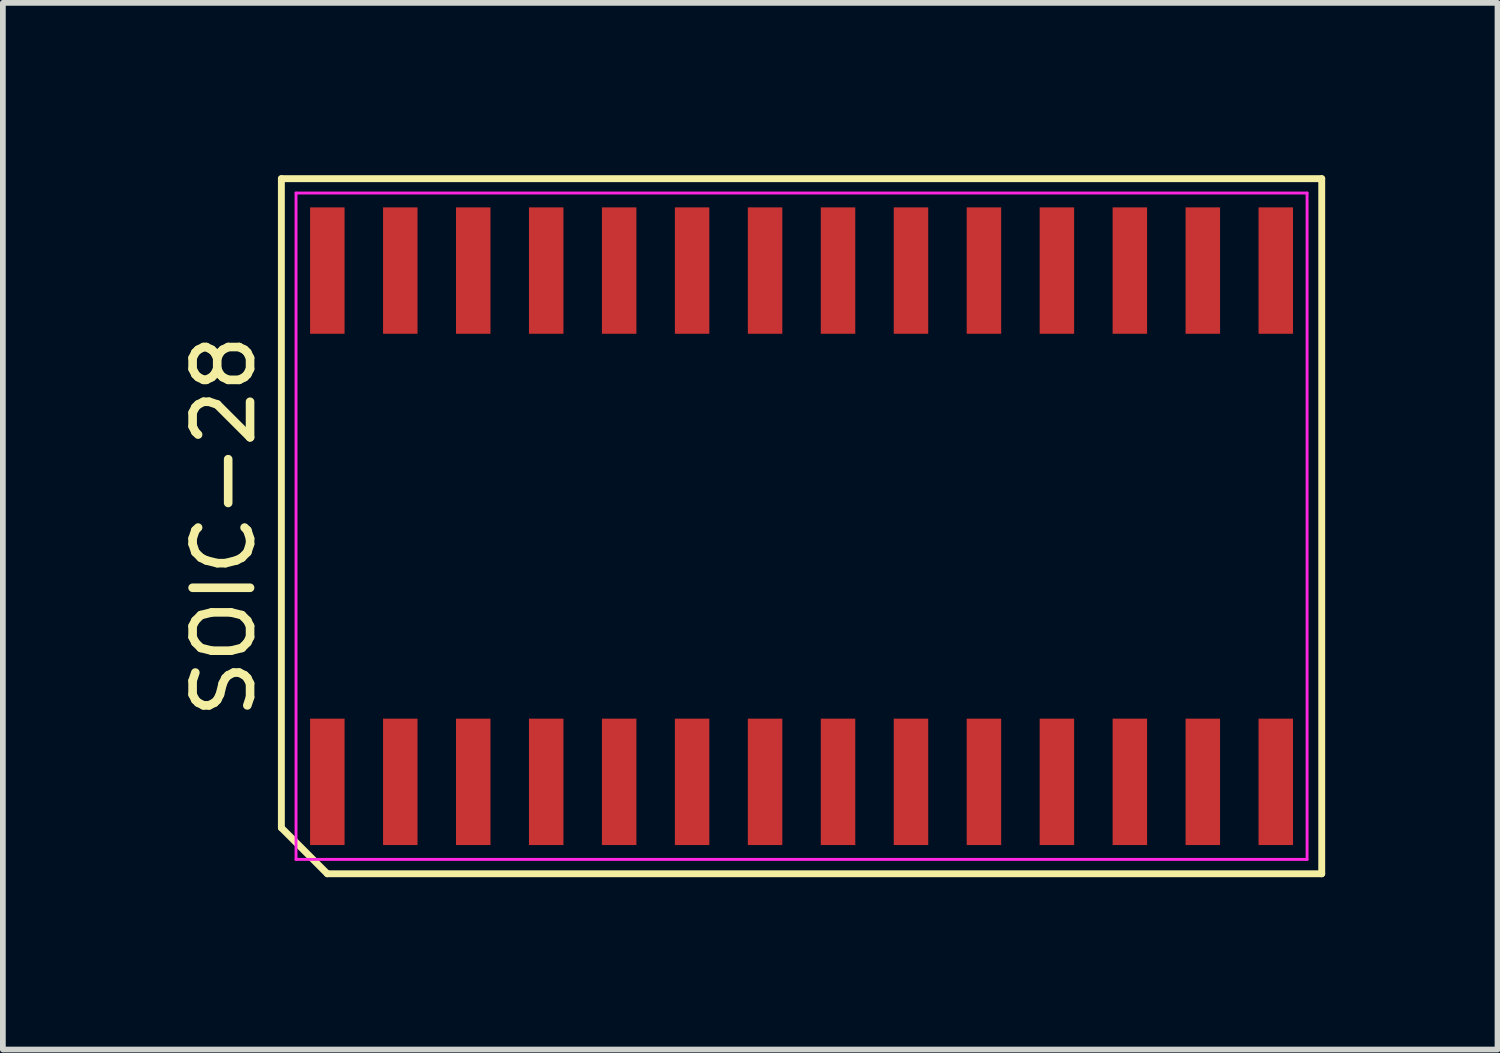
<source format=kicad_pcb>
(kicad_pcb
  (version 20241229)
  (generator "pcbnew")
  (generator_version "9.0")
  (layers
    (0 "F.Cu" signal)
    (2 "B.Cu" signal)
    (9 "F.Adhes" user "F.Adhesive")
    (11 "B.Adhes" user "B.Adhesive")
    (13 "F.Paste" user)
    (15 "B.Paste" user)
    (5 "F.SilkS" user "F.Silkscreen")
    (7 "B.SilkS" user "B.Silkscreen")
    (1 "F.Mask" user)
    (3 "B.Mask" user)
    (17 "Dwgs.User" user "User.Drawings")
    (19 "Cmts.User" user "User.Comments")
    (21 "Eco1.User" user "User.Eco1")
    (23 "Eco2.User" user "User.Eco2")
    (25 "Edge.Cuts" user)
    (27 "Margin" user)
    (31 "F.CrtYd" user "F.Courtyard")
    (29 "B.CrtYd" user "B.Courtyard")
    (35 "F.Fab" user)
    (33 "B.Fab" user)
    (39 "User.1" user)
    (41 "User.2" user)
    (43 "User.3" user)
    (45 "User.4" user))
  (footprint "SOIC-28"
    (layer "F.Cu")
    (at 10.903 6.11)
    (property "Reference" "SOIC-28" (at -10.055 0 90) (layer "F.SilkS") (effects (font (size 1 1) (thickness 0.15))))
    (attr smd)
    (fp_line (start -9.055 -6.05) (end 9.055 -6.05) (stroke (width 0.12) (type solid)) (layer "F.SilkS"))
    (fp_line (start -9.055 5.25) (end -9.055 -6.05) (stroke (width 0.12) (type solid)) (layer "F.SilkS"))
    (fp_line (start -8.255 6.05) (end -9.055 5.25) (stroke (width 0.12) (type solid)) (layer "F.SilkS"))
    (fp_line (start 9.055 -6.05) (end 9.055 6.05) (stroke (width 0.12) (type solid)) (layer "F.SilkS"))
    (fp_line (start 9.055 6.05) (end -8.255 6.05) (stroke (width 0.12) (type solid)) (layer "F.SilkS"))
    (fp_line (start -8.8 -5.8) (end 8.8 -5.8) (stroke (width 0.05) (type solid)) (layer "F.CrtYd"))
    (fp_line (start -8.8 5.8) (end -8.8 -5.8) (stroke (width 0.05) (type solid)) (layer "F.CrtYd"))
    (fp_line (start 8.8 -5.8) (end 8.8 5.8) (stroke (width 0.05) (type solid)) (layer "F.CrtYd"))
    (fp_line (start 8.8 5.8) (end -8.8 5.8) (stroke (width 0.05) (type solid)) (layer "F.CrtYd"))
    (pad "1" smd rect (at -8.255 4.45) (size 0.6 2.2) (layers "F.Cu" "F.Mask" "F.Paste"))
    (pad "2" smd rect (at -6.985 4.45) (size 0.6 2.2) (layers "F.Cu" "F.Mask" "F.Paste"))
    (pad "3" smd rect (at -5.715 4.45) (size 0.6 2.2) (layers "F.Cu" "F.Mask" "F.Paste"))
    (pad "4" smd rect (at -4.445 4.45) (size 0.6 2.2) (layers "F.Cu" "F.Mask" "F.Paste"))
    (pad "5" smd rect (at -3.175 4.45) (size 0.6 2.2) (layers "F.Cu" "F.Mask" "F.Paste"))
    (pad "6" smd rect (at -1.905 4.45) (size 0.6 2.2) (layers "F.Cu" "F.Mask" "F.Paste"))
    (pad "7" smd rect (at -0.635 4.45) (size 0.6 2.2) (layers "F.Cu" "F.Mask" "F.Paste"))
    (pad "8" smd rect (at 0.635 4.45) (size 0.6 2.2) (layers "F.Cu" "F.Mask" "F.Paste"))
    (pad "9" smd rect (at 1.905 4.45) (size 0.6 2.2) (layers "F.Cu" "F.Mask" "F.Paste"))
    (pad "10" smd rect (at 3.175 4.45) (size 0.6 2.2) (layers "F.Cu" "F.Mask" "F.Paste"))
    (pad "11" smd rect (at 4.445 4.45) (size 0.6 2.2) (layers "F.Cu" "F.Mask" "F.Paste"))
    (pad "12" smd rect (at 5.715 4.45) (size 0.6 2.2) (layers "F.Cu" "F.Mask" "F.Paste"))
    (pad "13" smd rect (at 6.985 4.45) (size 0.6 2.2) (layers "F.Cu" "F.Mask" "F.Paste"))
    (pad "14" smd rect (at 8.255 4.45) (size 0.6 2.2) (layers "F.Cu" "F.Mask" "F.Paste"))
    (pad "15" smd rect (at 8.255 -4.45) (size 0.6 2.2) (layers "F.Cu" "F.Mask" "F.Paste"))
    (pad "16" smd rect (at 6.985 -4.45) (size 0.6 2.2) (layers "F.Cu" "F.Mask" "F.Paste"))
    (pad "17" smd rect (at 5.715 -4.45) (size 0.6 2.2) (layers "F.Cu" "F.Mask" "F.Paste"))
    (pad "18" smd rect (at 4.445 -4.45) (size 0.6 2.2) (layers "F.Cu" "F.Mask" "F.Paste"))
    (pad "19" smd rect (at 3.175 -4.45) (size 0.6 2.2) (layers "F.Cu" "F.Mask" "F.Paste"))
    (pad "20" smd rect (at 1.905 -4.45) (size 0.6 2.2) (layers "F.Cu" "F.Mask" "F.Paste"))
    (pad "21" smd rect (at 0.635 -4.45) (size 0.6 2.2) (layers "F.Cu" "F.Mask" "F.Paste"))
    (pad "22" smd rect (at -0.635 -4.45) (size 0.6 2.2) (layers "F.Cu" "F.Mask" "F.Paste"))
    (pad "23" smd rect (at -1.905 -4.45) (size 0.6 2.2) (layers "F.Cu" "F.Mask" "F.Paste"))
    (pad "24" smd rect (at -3.175 -4.45) (size 0.6 2.2) (layers "F.Cu" "F.Mask" "F.Paste"))
    (pad "25" smd rect (at -4.445 -4.45) (size 0.6 2.2) (layers "F.Cu" "F.Mask" "F.Paste"))
    (pad "26" smd rect (at -5.715 -4.45) (size 0.6 2.2) (layers "F.Cu" "F.Mask" "F.Paste"))
    (pad "27" smd rect (at -6.985 -4.45) (size 0.6 2.2) (layers "F.Cu" "F.Mask" "F.Paste"))
    (pad "28" smd rect (at -8.255 -4.45) (size 0.6 2.2) (layers "F.Cu" "F.Mask" "F.Paste")))
  (gr_rect
    (start -3 -3)
    (end 23.018 15.22)
    (stroke (width 0.1) (type default))
    (fill no)
    (layer "Edge.Cuts")))
</source>
